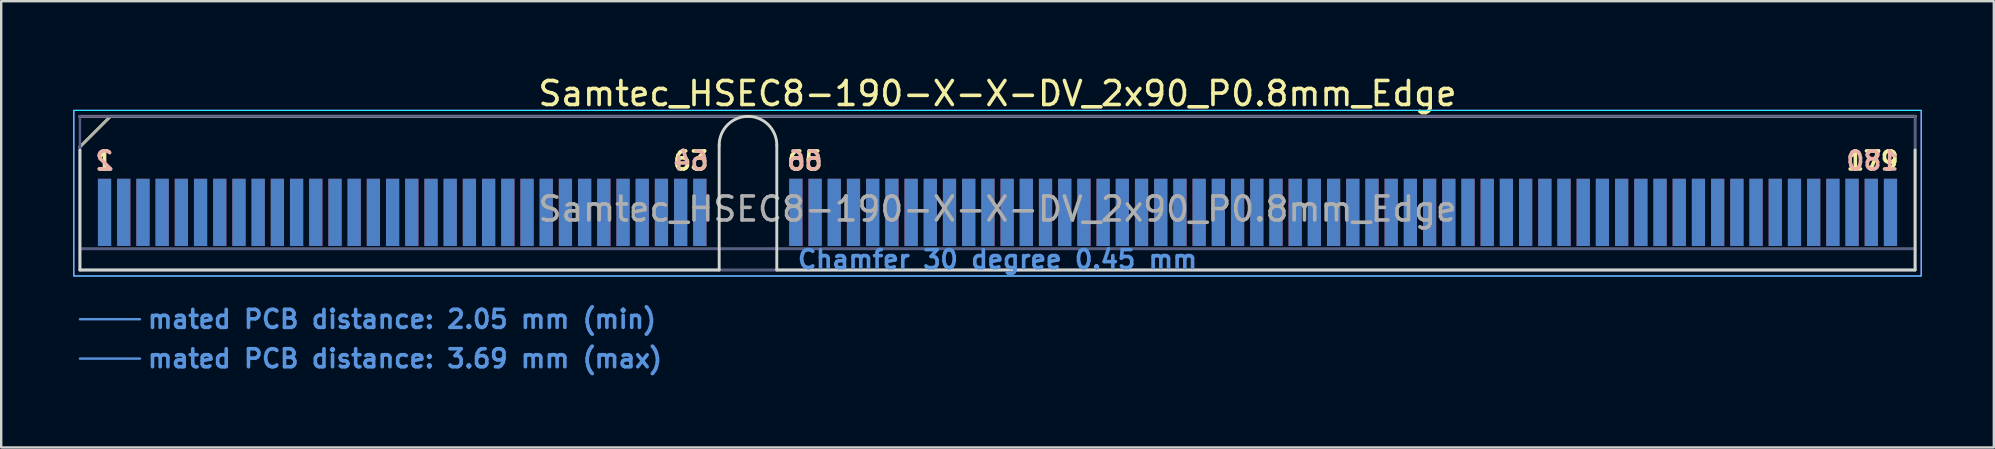
<source format=kicad_pcb>
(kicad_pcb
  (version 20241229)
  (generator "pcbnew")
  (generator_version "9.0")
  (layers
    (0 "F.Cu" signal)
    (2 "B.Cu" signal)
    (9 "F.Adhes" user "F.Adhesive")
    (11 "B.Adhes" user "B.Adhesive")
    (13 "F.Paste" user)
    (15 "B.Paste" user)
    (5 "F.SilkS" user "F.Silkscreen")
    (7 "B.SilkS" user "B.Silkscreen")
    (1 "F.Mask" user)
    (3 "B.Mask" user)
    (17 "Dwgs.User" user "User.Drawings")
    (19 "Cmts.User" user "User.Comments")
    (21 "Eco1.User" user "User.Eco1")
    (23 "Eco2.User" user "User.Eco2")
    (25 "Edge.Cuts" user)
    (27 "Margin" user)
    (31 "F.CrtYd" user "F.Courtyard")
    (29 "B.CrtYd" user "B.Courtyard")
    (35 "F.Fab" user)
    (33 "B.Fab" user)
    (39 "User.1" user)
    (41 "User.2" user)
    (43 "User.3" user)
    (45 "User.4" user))
  (footprint "Samtec_HSEC8-190-X-X-DV_2x90_P0.8mm_Edge"
    (layer "F.Cu")
    (at 38.505 8.198)
    (property "Reference" "Samtec_HSEC8-190-X-X-DV_2x90_P0.8mm_Edge" (at 0 -7.35 0) (layer "F.SilkS") (effects (font (size 1 1) (thickness 0.15))))
    (attr exclude_from_pos_files exclude_from_bom)
    (fp_line (start -38.225 -5.13) (end -36.955 -6.4) (stroke (width 0.12) (type solid)) (layer "F.SilkS"))
    (fp_line (start -36.955 -6.4) (end 38.225 -6.4) (stroke (width 0.12) (type solid)) (layer "F.SilkS"))
    (fp_line (start -38.225 -6.4) (end -38.225 -6.4) (stroke (width 0.12) (type solid)) (layer "B.SilkS"))
    (fp_line (start -38.225 -6.4) (end 38.225 -6.4) (stroke (width 0.12) (type solid)) (layer "B.SilkS"))
    (fp_line (start -38.225 2.05) (end -35.725 2.05) (stroke (width 0.1) (type solid)) (layer "Cmts.User"))
    (fp_line (start -38.225 3.69) (end -35.725 3.69) (stroke (width 0.1) (type solid)) (layer "Cmts.User"))
    (fp_line (start -38.225 -5) (end -38.225 0) (stroke (width 0.12) (type solid)) (layer "Edge.Cuts"))
    (fp_line (start -38.225 0) (end -11.595 0) (stroke (width 0.12) (type solid)) (layer "Edge.Cuts"))
    (fp_line (start -11.595 0) (end -11.595 -5.2) (stroke (width 0.12) (type solid)) (layer "Edge.Cuts"))
    (fp_line (start -9.195 -5.2) (end -9.195 0) (stroke (width 0.12) (type solid)) (layer "Edge.Cuts"))
    (fp_line (start -9.195 0) (end 38.225 0) (stroke (width 0.12) (type solid)) (layer "Edge.Cuts"))
    (fp_line (start 38.225 0) (end 38.225 -5) (stroke (width 0.12) (type solid)) (layer "Edge.Cuts"))
    (fp_arc (start -11.595 -5.2) (mid -10.395 -6.4) (end -9.195 -5.2) (stroke (width 0.12) (type solid)) (layer "Edge.Cuts"))
    (fp_rect (start -38.48 -6.65) (end 38.48 0.25) (stroke (width 0.05) (type solid)) (fill no) (layer "B.CrtYd"))
    (fp_rect (start -38.48 -6.65) (end 38.48 0.25) (stroke (width 0.05) (type solid)) (fill no) (layer "F.CrtYd"))
    (fp_line (start -38.225 -6.4) (end -38.225 -6.4) (stroke (width 0.1) (type solid)) (layer "B.Fab"))
    (fp_line (start -38.225 -6.4) (end -38.225 0) (stroke (width 0.1) (type solid)) (layer "B.Fab"))
    (fp_line (start -38.225 -6.4) (end 38.225 -6.4) (stroke (width 0.1) (type solid)) (layer "B.Fab"))
    (fp_line (start -38.225 -0.88) (end 38.225 -0.88) (stroke (width 0.1) (type solid)) (layer "B.Fab"))
    (fp_line (start -38.225 0) (end 38.225 0) (stroke (width 0.1) (type solid)) (layer "B.Fab"))
    (fp_line (start 38.225 -6.4) (end 38.225 0) (stroke (width 0.1) (type solid)) (layer "B.Fab"))
    (fp_line (start -38.225 -5.13) (end -38.225 0) (stroke (width 0.1) (type solid)) (layer "F.Fab"))
    (fp_line (start -38.225 -5.13) (end -36.955 -6.4) (stroke (width 0.1) (type solid)) (layer "F.Fab"))
    (fp_line (start -38.225 -0.88) (end 38.225 -0.88) (stroke (width 0.1) (type solid)) (layer "F.Fab"))
    (fp_line (start -38.225 0) (end 38.225 0) (stroke (width 0.1) (type solid)) (layer "F.Fab"))
    (fp_line (start -36.955 -6.4) (end 38.225 -6.4) (stroke (width 0.1) (type solid)) (layer "F.Fab"))
    (fp_line (start 38.225 -6.4) (end 38.225 0) (stroke (width 0.1) (type solid)) (layer "F.Fab"))
    (fp_text user "65" (at -8.025 -4.55 0) (layer "F.SilkS") (effects (font (size 0.75 0.75) (thickness 0.15))))
    (fp_text user "179" (at 36.45 -4.55 0) (layer "F.SilkS") (effects (font (size 0.75 0.75) (thickness 0.15))))
    (fp_text user "1" (at -37.2 -4.55 0) (layer "F.SilkS") (effects (font (size 0.75 0.75) (thickness 0.15))))
    (fp_text user "63" (at -12.775 -4.55 0) (layer "F.SilkS") (effects (font (size 0.75 0.75) (thickness 0.15))))
    (fp_text user "2" (at -37.2 -4.55 0) (layer "B.SilkS") (effects (font (size 0.75 0.75) (thickness 0.15)) (justify mirror)))
    (fp_text user "66" (at -8.025 -4.55 0) (layer "B.SilkS") (effects (font (size 0.75 0.75) (thickness 0.15)) (justify mirror)))
    (fp_text user "180" (at 36.45 -4.55 0) (layer "B.SilkS") (effects (font (size 0.75 0.75) (thickness 0.15)) (justify mirror)))
    (fp_text user "64" (at -12.775 -4.55 0) (layer "B.SilkS") (effects (font (size 0.75 0.75) (thickness 0.15)) (justify mirror)))
    (fp_text user "mated PCB distance: 2.05 mm (min)" (at -35.48 2.05 0) (layer "Cmts.User") (effects (font (size 0.75 0.75) (thickness 0.15)) (justify left)))
    (fp_text user "Chamfer 30 degree 0.45 mm" (at 0 -0.44 0) (layer "Cmts.User") (effects (font (size 0.75 0.75) (thickness 0.15))))
    (fp_text user "mated PCB distance: 3.69 mm (max)" (at -35.48 3.69 0) (layer "Cmts.User") (effects (font (size 0.75 0.75) (thickness 0.15)) (justify left)))
    (fp_text user "${REFERENCE}" (at 0 -2.54 0) (layer "F.Fab") (effects (font (size 1 1) (thickness 0.15))))
    (pad "1" connect rect (at -37.2 -2.4) (size 0.55 2.8) (layers "F.Cu" "F.Mask"))
    (pad "2" connect rect (at -37.2 -2.4) (size 0.55 2.8) (layers "B.Cu" "B.Mask"))
    (pad "3" connect rect (at -36.4 -2.4) (size 0.55 2.8) (layers "F.Cu" "F.Mask"))
    (pad "4" connect rect (at -36.4 -2.4) (size 0.55 2.8) (layers "B.Cu" "B.Mask"))
    (pad "5" connect rect (at -35.6 -2.4) (size 0.55 2.8) (layers "F.Cu" "F.Mask"))
    (pad "6" connect rect (at -35.6 -2.4) (size 0.55 2.8) (layers "B.Cu" "B.Mask"))
    (pad "7" connect rect (at -34.8 -2.4) (size 0.55 2.8) (layers "F.Cu" "F.Mask"))
    (pad "8" connect rect (at -34.8 -2.4) (size 0.55 2.8) (layers "B.Cu" "B.Mask"))
    (pad "9" connect rect (at -34 -2.4) (size 0.55 2.8) (layers "F.Cu" "F.Mask"))
    (pad "10" connect rect (at -34 -2.4) (size 0.55 2.8) (layers "B.Cu" "B.Mask"))
    (pad "11" connect rect (at -33.2 -2.4) (size 0.55 2.8) (layers "F.Cu" "F.Mask"))
    (pad "12" connect rect (at -33.2 -2.4) (size 0.55 2.8) (layers "B.Cu" "B.Mask"))
    (pad "13" connect rect (at -32.4 -2.4) (size 0.55 2.8) (layers "F.Cu" "F.Mask"))
    (pad "14" connect rect (at -32.4 -2.4) (size 0.55 2.8) (layers "B.Cu" "B.Mask"))
    (pad "15" connect rect (at -31.6 -2.4) (size 0.55 2.8) (layers "F.Cu" "F.Mask"))
    (pad "16" connect rect (at -31.6 -2.4) (size 0.55 2.8) (layers "B.Cu" "B.Mask"))
    (pad "17" connect rect (at -30.8 -2.4) (size 0.55 2.8) (layers "F.Cu" "F.Mask"))
    (pad "18" connect rect (at -30.8 -2.4) (size 0.55 2.8) (layers "B.Cu" "B.Mask"))
    (pad "19" connect rect (at -30 -2.4) (size 0.55 2.8) (layers "F.Cu" "F.Mask"))
    (pad "20" connect rect (at -30 -2.4) (size 0.55 2.8) (layers "B.Cu" "B.Mask"))
    (pad "21" connect rect (at -29.2 -2.4) (size 0.55 2.8) (layers "F.Cu" "F.Mask"))
    (pad "22" connect rect (at -29.2 -2.4) (size 0.55 2.8) (layers "B.Cu" "B.Mask"))
    (pad "23" connect rect (at -28.4 -2.4) (size 0.55 2.8) (layers "F.Cu" "F.Mask"))
    (pad "24" connect rect (at -28.4 -2.4) (size 0.55 2.8) (layers "B.Cu" "B.Mask"))
    (pad "25" connect rect (at -27.6 -2.4) (size 0.55 2.8) (layers "F.Cu" "F.Mask"))
    (pad "26" connect rect (at -27.6 -2.4) (size 0.55 2.8) (layers "B.Cu" "B.Mask"))
    (pad "27" connect rect (at -26.8 -2.4) (size 0.55 2.8) (layers "F.Cu" "F.Mask"))
    (pad "28" connect rect (at -26.8 -2.4) (size 0.55 2.8) (layers "B.Cu" "B.Mask"))
    (pad "29" connect rect (at -26 -2.4) (size 0.55 2.8) (layers "F.Cu" "F.Mask"))
    (pad "30" connect rect (at -26 -2.4) (size 0.55 2.8) (layers "B.Cu" "B.Mask"))
    (pad "31" connect rect (at -25.2 -2.4) (size 0.55 2.8) (layers "F.Cu" "F.Mask"))
    (pad "32" connect rect (at -25.2 -2.4) (size 0.55 2.8) (layers "B.Cu" "B.Mask"))
    (pad "33" connect rect (at -24.4 -2.4) (size 0.55 2.8) (layers "F.Cu" "F.Mask"))
    (pad "34" connect rect (at -24.4 -2.4) (size 0.55 2.8) (layers "B.Cu" "B.Mask"))
    (pad "35" connect rect (at -23.6 -2.4) (size 0.55 2.8) (layers "F.Cu" "F.Mask"))
    (pad "36" connect rect (at -23.6 -2.4) (size 0.55 2.8) (layers "B.Cu" "B.Mask"))
    (pad "37" connect rect (at -22.8 -2.4) (size 0.55 2.8) (layers "F.Cu" "F.Mask"))
    (pad "38" connect rect (at -22.8 -2.4) (size 0.55 2.8) (layers "B.Cu" "B.Mask"))
    (pad "39" connect rect (at -22 -2.4) (size 0.55 2.8) (layers "F.Cu" "F.Mask"))
    (pad "40" connect rect (at -22 -2.4) (size 0.55 2.8) (layers "B.Cu" "B.Mask"))
    (pad "41" connect rect (at -21.2 -2.4) (size 0.55 2.8) (layers "F.Cu" "F.Mask"))
    (pad "42" connect rect (at -21.2 -2.4) (size 0.55 2.8) (layers "B.Cu" "B.Mask"))
    (pad "43" connect rect (at -20.4 -2.4) (size 0.55 2.8) (layers "F.Cu" "F.Mask"))
    (pad "44" connect rect (at -20.4 -2.4) (size 0.55 2.8) (layers "B.Cu" "B.Mask"))
    (pad "45" connect rect (at -19.6 -2.4) (size 0.55 2.8) (layers "F.Cu" "F.Mask"))
    (pad "46" connect rect (at -19.6 -2.4) (size 0.55 2.8) (layers "B.Cu" "B.Mask"))
    (pad "47" connect rect (at -18.8 -2.4) (size 0.55 2.8) (layers "F.Cu" "F.Mask"))
    (pad "48" connect rect (at -18.8 -2.4) (size 0.55 2.8) (layers "B.Cu" "B.Mask"))
    (pad "49" connect rect (at -18 -2.4) (size 0.55 2.8) (layers "F.Cu" "F.Mask"))
    (pad "50" connect rect (at -18 -2.4) (size 0.55 2.8) (layers "B.Cu" "B.Mask"))
    (pad "51" connect rect (at -17.2 -2.4) (size 0.55 2.8) (layers "F.Cu" "F.Mask"))
    (pad "52" connect rect (at -17.2 -2.4) (size 0.55 2.8) (layers "B.Cu" "B.Mask"))
    (pad "53" connect rect (at -16.4 -2.4) (size 0.55 2.8) (layers "F.Cu" "F.Mask"))
    (pad "54" connect rect (at -16.4 -2.4) (size 0.55 2.8) (layers "B.Cu" "B.Mask"))
    (pad "55" connect rect (at -15.6 -2.4) (size 0.55 2.8) (layers "F.Cu" "F.Mask"))
    (pad "56" connect rect (at -15.6 -2.4) (size 0.55 2.8) (layers "B.Cu" "B.Mask"))
    (pad "57" connect rect (at -14.8 -2.4) (size 0.55 2.8) (layers "F.Cu" "F.Mask"))
    (pad "58" connect rect (at -14.8 -2.4) (size 0.55 2.8) (layers "B.Cu" "B.Mask"))
    (pad "59" connect rect (at -14 -2.4) (size 0.55 2.8) (layers "F.Cu" "F.Mask"))
    (pad "60" connect rect (at -14 -2.4) (size 0.55 2.8) (layers "B.Cu" "B.Mask"))
    (pad "61" connect rect (at -13.2 -2.4) (size 0.55 2.8) (layers "F.Cu" "F.Mask"))
    (pad "62" connect rect (at -13.2 -2.4) (size 0.55 2.8) (layers "B.Cu" "B.Mask"))
    (pad "63" connect rect (at -12.4 -2.4) (size 0.55 2.8) (layers "F.Cu" "F.Mask"))
    (pad "64" connect rect (at -12.4 -2.4) (size 0.55 2.8) (layers "B.Cu" "B.Mask"))
    (pad "65" connect rect (at -8.4 -2.4) (size 0.55 2.8) (layers "F.Cu" "F.Mask"))
    (pad "66" connect rect (at -8.4 -2.4) (size 0.55 2.8) (layers "B.Cu" "B.Mask"))
    (pad "67" connect rect (at -7.6 -2.4) (size 0.55 2.8) (layers "F.Cu" "F.Mask"))
    (pad "68" connect rect (at -7.6 -2.4) (size 0.55 2.8) (layers "B.Cu" "B.Mask"))
    (pad "69" connect rect (at -6.8 -2.4) (size 0.55 2.8) (layers "F.Cu" "F.Mask"))
    (pad "70" connect rect (at -6.8 -2.4) (size 0.55 2.8) (layers "B.Cu" "B.Mask"))
    (pad "71" connect rect (at -6 -2.4) (size 0.55 2.8) (layers "F.Cu" "F.Mask"))
    (pad "72" connect rect (at -6 -2.4) (size 0.55 2.8) (layers "B.Cu" "B.Mask"))
    (pad "73" connect rect (at -5.2 -2.4) (size 0.55 2.8) (layers "F.Cu" "F.Mask"))
    (pad "74" connect rect (at -5.2 -2.4) (size 0.55 2.8) (layers "B.Cu" "B.Mask"))
    (pad "75" connect rect (at -4.4 -2.4) (size 0.55 2.8) (layers "F.Cu" "F.Mask"))
    (pad "76" connect rect (at -4.4 -2.4) (size 0.55 2.8) (layers "B.Cu" "B.Mask"))
    (pad "77" connect rect (at -3.6 -2.4) (size 0.55 2.8) (layers "F.Cu" "F.Mask"))
    (pad "78" connect rect (at -3.6 -2.4) (size 0.55 2.8) (layers "B.Cu" "B.Mask"))
    (pad "79" connect rect (at -2.8 -2.4) (size 0.55 2.8) (layers "F.Cu" "F.Mask"))
    (pad "80" connect rect (at -2.8 -2.4) (size 0.55 2.8) (layers "B.Cu" "B.Mask"))
    (pad "81" connect rect (at -2 -2.4) (size 0.55 2.8) (layers "F.Cu" "F.Mask"))
    (pad "82" connect rect (at -2 -2.4) (size 0.55 2.8) (layers "B.Cu" "B.Mask"))
    (pad "83" connect rect (at -1.2 -2.4) (size 0.55 2.8) (layers "F.Cu" "F.Mask"))
    (pad "84" connect rect (at -1.2 -2.4) (size 0.55 2.8) (layers "B.Cu" "B.Mask"))
    (pad "85" connect rect (at -0.4 -2.4) (size 0.55 2.8) (layers "F.Cu" "F.Mask"))
    (pad "86" connect rect (at -0.4 -2.4) (size 0.55 2.8) (layers "B.Cu" "B.Mask"))
    (pad "87" connect rect (at 0.4 -2.4) (size 0.55 2.8) (layers "F.Cu" "F.Mask"))
    (pad "88" connect rect (at 0.4 -2.4) (size 0.55 2.8) (layers "B.Cu" "B.Mask"))
    (pad "89" connect rect (at 1.2 -2.4) (size 0.55 2.8) (layers "F.Cu" "F.Mask"))
    (pad "90" connect rect (at 1.2 -2.4) (size 0.55 2.8) (layers "B.Cu" "B.Mask"))
    (pad "91" connect rect (at 2 -2.4) (size 0.55 2.8) (layers "F.Cu" "F.Mask"))
    (pad "92" connect rect (at 2 -2.4) (size 0.55 2.8) (layers "B.Cu" "B.Mask"))
    (pad "93" connect rect (at 2.8 -2.4) (size 0.55 2.8) (layers "F.Cu" "F.Mask"))
    (pad "94" connect rect (at 2.8 -2.4) (size 0.55 2.8) (layers "B.Cu" "B.Mask"))
    (pad "95" connect rect (at 3.6 -2.4) (size 0.55 2.8) (layers "F.Cu" "F.Mask"))
    (pad "96" connect rect (at 3.6 -2.4) (size 0.55 2.8) (layers "B.Cu" "B.Mask"))
    (pad "97" connect rect (at 4.4 -2.4) (size 0.55 2.8) (layers "F.Cu" "F.Mask"))
    (pad "98" connect rect (at 4.4 -2.4) (size 0.55 2.8) (layers "B.Cu" "B.Mask"))
    (pad "99" connect rect (at 5.2 -2.4) (size 0.55 2.8) (layers "F.Cu" "F.Mask"))
    (pad "100" connect rect (at 5.2 -2.4) (size 0.55 2.8) (layers "B.Cu" "B.Mask"))
    (pad "101" connect rect (at 6 -2.4) (size 0.55 2.8) (layers "F.Cu" "F.Mask"))
    (pad "102" connect rect (at 6 -2.4) (size 0.55 2.8) (layers "B.Cu" "B.Mask"))
    (pad "103" connect rect (at 6.8 -2.4) (size 0.55 2.8) (layers "F.Cu" "F.Mask"))
    (pad "104" connect rect (at 6.8 -2.4) (size 0.55 2.8) (layers "B.Cu" "B.Mask"))
    (pad "105" connect rect (at 7.6 -2.4) (size 0.55 2.8) (layers "F.Cu" "F.Mask"))
    (pad "106" connect rect (at 7.6 -2.4) (size 0.55 2.8) (layers "B.Cu" "B.Mask"))
    (pad "107" connect rect (at 8.4 -2.4) (size 0.55 2.8) (layers "F.Cu" "F.Mask"))
    (pad "108" connect rect (at 8.4 -2.4) (size 0.55 2.8) (layers "B.Cu" "B.Mask"))
    (pad "109" connect rect (at 9.2 -2.4) (size 0.55 2.8) (layers "F.Cu" "F.Mask"))
    (pad "110" connect rect (at 9.2 -2.4) (size 0.55 2.8) (layers "B.Cu" "B.Mask"))
    (pad "111" connect rect (at 10 -2.4) (size 0.55 2.8) (layers "F.Cu" "F.Mask"))
    (pad "112" connect rect (at 10 -2.4) (size 0.55 2.8) (layers "B.Cu" "B.Mask"))
    (pad "113" connect rect (at 10.8 -2.4) (size 0.55 2.8) (layers "F.Cu" "F.Mask"))
    (pad "114" connect rect (at 10.8 -2.4) (size 0.55 2.8) (layers "B.Cu" "B.Mask"))
    (pad "115" connect rect (at 11.6 -2.4) (size 0.55 2.8) (layers "F.Cu" "F.Mask"))
    (pad "116" connect rect (at 11.6 -2.4) (size 0.55 2.8) (layers "B.Cu" "B.Mask"))
    (pad "117" connect rect (at 12.4 -2.4) (size 0.55 2.8) (layers "F.Cu" "F.Mask"))
    (pad "118" connect rect (at 12.4 -2.4) (size 0.55 2.8) (layers "B.Cu" "B.Mask"))
    (pad "119" connect rect (at 13.2 -2.4) (size 0.55 2.8) (layers "F.Cu" "F.Mask"))
    (pad "120" connect rect (at 13.2 -2.4) (size 0.55 2.8) (layers "B.Cu" "B.Mask"))
    (pad "121" connect rect (at 14 -2.4) (size 0.55 2.8) (layers "F.Cu" "F.Mask"))
    (pad "122" connect rect (at 14 -2.4) (size 0.55 2.8) (layers "B.Cu" "B.Mask"))
    (pad "123" connect rect (at 14.8 -2.4) (size 0.55 2.8) (layers "F.Cu" "F.Mask"))
    (pad "124" connect rect (at 14.8 -2.4) (size 0.55 2.8) (layers "B.Cu" "B.Mask"))
    (pad "125" connect rect (at 15.6 -2.4) (size 0.55 2.8) (layers "F.Cu" "F.Mask"))
    (pad "126" connect rect (at 15.6 -2.4) (size 0.55 2.8) (layers "B.Cu" "B.Mask"))
    (pad "127" connect rect (at 16.4 -2.4) (size 0.55 2.8) (layers "F.Cu" "F.Mask"))
    (pad "128" connect rect (at 16.4 -2.4) (size 0.55 2.8) (layers "B.Cu" "B.Mask"))
    (pad "129" connect rect (at 17.2 -2.4) (size 0.55 2.8) (layers "F.Cu" "F.Mask"))
    (pad "130" connect rect (at 17.2 -2.4) (size 0.55 2.8) (layers "B.Cu" "B.Mask"))
    (pad "131" connect rect (at 18 -2.4) (size 0.55 2.8) (layers "F.Cu" "F.Mask"))
    (pad "132" connect rect (at 18 -2.4) (size 0.55 2.8) (layers "B.Cu" "B.Mask"))
    (pad "133" connect rect (at 18.8 -2.4) (size 0.55 2.8) (layers "F.Cu" "F.Mask"))
    (pad "134" connect rect (at 18.8 -2.4) (size 0.55 2.8) (layers "B.Cu" "B.Mask"))
    (pad "135" connect rect (at 19.6 -2.4) (size 0.55 2.8) (layers "F.Cu" "F.Mask"))
    (pad "136" connect rect (at 19.6 -2.4) (size 0.55 2.8) (layers "B.Cu" "B.Mask"))
    (pad "137" connect rect (at 20.4 -2.4) (size 0.55 2.8) (layers "F.Cu" "F.Mask"))
    (pad "138" connect rect (at 20.4 -2.4) (size 0.55 2.8) (layers "B.Cu" "B.Mask"))
    (pad "139" connect rect (at 21.2 -2.4) (size 0.55 2.8) (layers "F.Cu" "F.Mask"))
    (pad "140" connect rect (at 21.2 -2.4) (size 0.55 2.8) (layers "B.Cu" "B.Mask"))
    (pad "141" connect rect (at 22 -2.4) (size 0.55 2.8) (layers "F.Cu" "F.Mask"))
    (pad "142" connect rect (at 22 -2.4) (size 0.55 2.8) (layers "B.Cu" "B.Mask"))
    (pad "143" connect rect (at 22.8 -2.4) (size 0.55 2.8) (layers "F.Cu" "F.Mask"))
    (pad "144" connect rect (at 22.8 -2.4) (size 0.55 2.8) (layers "B.Cu" "B.Mask"))
    (pad "145" connect rect (at 23.6 -2.4) (size 0.55 2.8) (layers "F.Cu" "F.Mask"))
    (pad "146" connect rect (at 23.6 -2.4) (size 0.55 2.8) (layers "B.Cu" "B.Mask"))
    (pad "147" connect rect (at 24.4 -2.4) (size 0.55 2.8) (layers "F.Cu" "F.Mask"))
    (pad "148" connect rect (at 24.4 -2.4) (size 0.55 2.8) (layers "B.Cu" "B.Mask"))
    (pad "149" connect rect (at 25.2 -2.4) (size 0.55 2.8) (layers "F.Cu" "F.Mask"))
    (pad "150" connect rect (at 25.2 -2.4) (size 0.55 2.8) (layers "B.Cu" "B.Mask"))
    (pad "151" connect rect (at 26 -2.4) (size 0.55 2.8) (layers "F.Cu" "F.Mask"))
    (pad "152" connect rect (at 26 -2.4) (size 0.55 2.8) (layers "B.Cu" "B.Mask"))
    (pad "153" connect rect (at 26.8 -2.4) (size 0.55 2.8) (layers "F.Cu" "F.Mask"))
    (pad "154" connect rect (at 26.8 -2.4) (size 0.55 2.8) (layers "B.Cu" "B.Mask"))
    (pad "155" connect rect (at 27.6 -2.4) (size 0.55 2.8) (layers "F.Cu" "F.Mask"))
    (pad "156" connect rect (at 27.6 -2.4) (size 0.55 2.8) (layers "B.Cu" "B.Mask"))
    (pad "157" connect rect (at 28.4 -2.4) (size 0.55 2.8) (layers "F.Cu" "F.Mask"))
    (pad "158" connect rect (at 28.4 -2.4) (size 0.55 2.8) (layers "B.Cu" "B.Mask"))
    (pad "159" connect rect (at 29.2 -2.4) (size 0.55 2.8) (layers "F.Cu" "F.Mask"))
    (pad "160" connect rect (at 29.2 -2.4) (size 0.55 2.8) (layers "B.Cu" "B.Mask"))
    (pad "161" connect rect (at 30 -2.4) (size 0.55 2.8) (layers "F.Cu" "F.Mask"))
    (pad "162" connect rect (at 30 -2.4) (size 0.55 2.8) (layers "B.Cu" "B.Mask"))
    (pad "163" connect rect (at 30.8 -2.4) (size 0.55 2.8) (layers "F.Cu" "F.Mask"))
    (pad "164" connect rect (at 30.8 -2.4) (size 0.55 2.8) (layers "B.Cu" "B.Mask"))
    (pad "165" connect rect (at 31.6 -2.4) (size 0.55 2.8) (layers "F.Cu" "F.Mask"))
    (pad "166" connect rect (at 31.6 -2.4) (size 0.55 2.8) (layers "B.Cu" "B.Mask"))
    (pad "167" connect rect (at 32.4 -2.4) (size 0.55 2.8) (layers "F.Cu" "F.Mask"))
    (pad "168" connect rect (at 32.4 -2.4) (size 0.55 2.8) (layers "B.Cu" "B.Mask"))
    (pad "169" connect rect (at 33.2 -2.4) (size 0.55 2.8) (layers "F.Cu" "F.Mask"))
    (pad "170" connect rect (at 33.2 -2.4) (size 0.55 2.8) (layers "B.Cu" "B.Mask"))
    (pad "171" connect rect (at 34 -2.4) (size 0.55 2.8) (layers "F.Cu" "F.Mask"))
    (pad "172" connect rect (at 34 -2.4) (size 0.55 2.8) (layers "B.Cu" "B.Mask"))
    (pad "173" connect rect (at 34.8 -2.4) (size 0.55 2.8) (layers "F.Cu" "F.Mask"))
    (pad "174" connect rect (at 34.8 -2.4) (size 0.55 2.8) (layers "B.Cu" "B.Mask"))
    (pad "175" connect rect (at 35.6 -2.4) (size 0.55 2.8) (layers "F.Cu" "F.Mask"))
    (pad "176" connect rect (at 35.6 -2.4) (size 0.55 2.8) (layers "B.Cu" "B.Mask"))
    (pad "177" connect rect (at 36.4 -2.4) (size 0.55 2.8) (layers "F.Cu" "F.Mask"))
    (pad "178" connect rect (at 36.4 -2.4) (size 0.55 2.8) (layers "B.Cu" "B.Mask"))
    (pad "179" connect rect (at 37.2 -2.4) (size 0.55 2.8) (layers "F.Cu" "F.Mask"))
    (pad "180" connect rect (at 37.2 -2.4) (size 0.55 2.8) (layers "B.Cu" "B.Mask")))
  (gr_rect
    (start -3 -3)
    (end 80.01 15.59)
    (stroke (width 0.1) (type default))
    (fill no)
    (layer "Edge.Cuts")))
</source>
